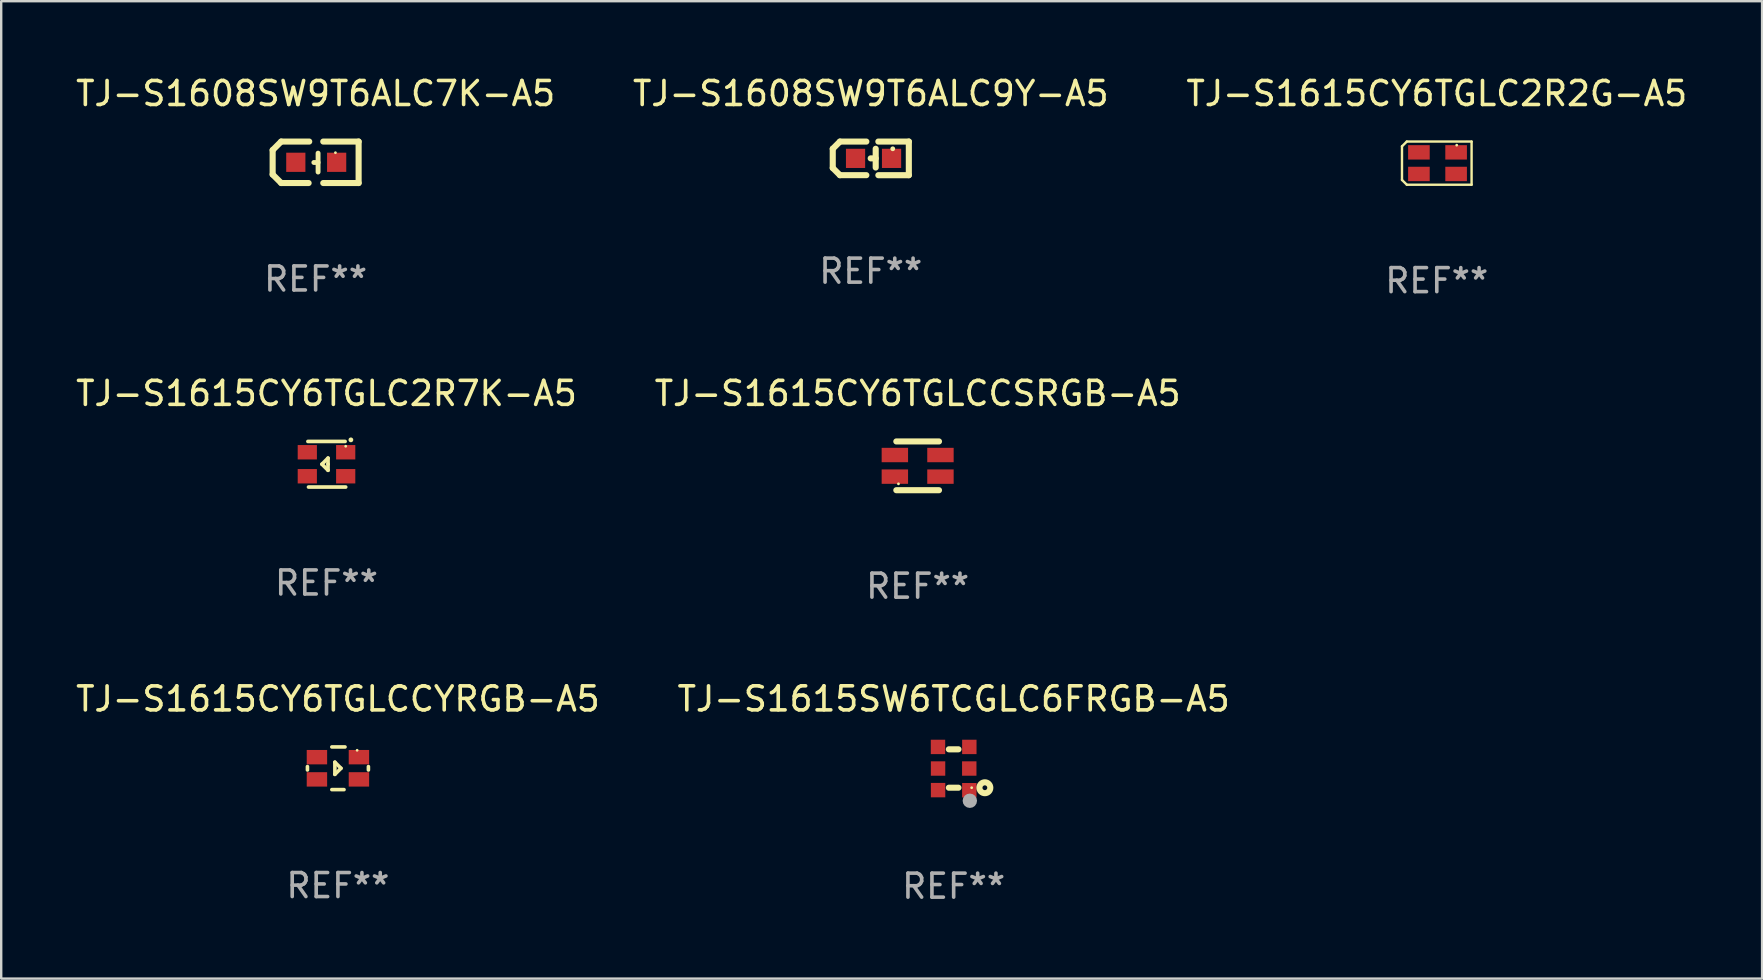
<source format=kicad_pcb>
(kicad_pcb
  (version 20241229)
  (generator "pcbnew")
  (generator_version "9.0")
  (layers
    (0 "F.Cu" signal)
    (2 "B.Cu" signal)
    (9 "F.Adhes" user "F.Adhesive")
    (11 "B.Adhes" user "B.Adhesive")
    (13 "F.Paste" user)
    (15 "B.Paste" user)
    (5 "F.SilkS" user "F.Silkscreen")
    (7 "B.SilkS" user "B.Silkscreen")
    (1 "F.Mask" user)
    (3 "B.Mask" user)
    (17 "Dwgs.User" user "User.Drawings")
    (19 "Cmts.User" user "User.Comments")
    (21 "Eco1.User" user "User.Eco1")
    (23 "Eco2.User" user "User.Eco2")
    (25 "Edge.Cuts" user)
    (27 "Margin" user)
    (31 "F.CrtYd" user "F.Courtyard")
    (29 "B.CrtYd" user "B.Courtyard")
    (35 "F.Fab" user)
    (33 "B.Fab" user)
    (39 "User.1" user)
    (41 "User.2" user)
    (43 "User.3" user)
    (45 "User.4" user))
  (footprint "TJ-S1615CY6TGLC2R7K-A5"
    (layer "F.Cu")
    (at 10.554 16.293)
    (property "Reference" "TJ-S1615CY6TGLC2R7K-A5" (at 0 -2.95 0) (layer "F.SilkS") (effects (font (size 1 1) (thickness 0.15))))
    (attr through_hole)
    (fp_line (start -0.775 -0.95) (end 0.775 -0.95) (stroke (width 0.152) (type solid)) (layer "F.SilkS"))
    (fp_line (start -0.75 0.95) (end 0.8 0.95) (stroke (width 0.152) (type solid)) (layer "F.SilkS"))
    (fp_line (start -0.19 -0.002) (end 0.064 0.252) (stroke (width 0.152) (type solid)) (layer "F.SilkS"))
    (fp_line (start 0.064 -0.256) (end -0.19 -0.002) (stroke (width 0.152) (type solid)) (layer "F.SilkS"))
    (fp_line (start 0.064 -0.256) (end 0.064 -0.002) (stroke (width 0.152) (type solid)) (layer "F.SilkS"))
    (fp_line (start 0.064 -0.002) (end 0.064 0.252) (stroke (width 0.152) (type solid)) (layer "F.SilkS"))
    (fp_circle (center 0.8 -0.75) (end 0.83 -0.75) (stroke (width 0.06) (type solid)) (fill no) (layer "F.SilkS"))
    (fp_circle (center 1.016 -1.016) (end 1.066 -1.016) (stroke (width 0.1) (type solid)) (fill no) (layer "F.SilkS"))
    (fp_text user "REF**" (at 0 4.95 0) (layer "F.Fab") (effects (font (size 1 1) (thickness 0.15))))
    (pad "1" smd rect (at 0.8 -0.5) (size 0.8 0.6) (layers "F.Cu" "F.Mask" "F.Paste"))
    (pad "2" smd rect (at -0.8 -0.5) (size 0.8 0.6) (layers "F.Cu" "F.Mask" "F.Paste"))
    (pad "3" smd rect (at 0.8 0.5) (size 0.8 0.6) (layers "F.Cu" "F.Mask" "F.Paste"))
    (pad "4" smd rect (at -0.8 0.5) (size 0.8 0.6) (layers "F.Cu" "F.Mask" "F.Paste")))
  (footprint "TJ-S1615CY6TGLCCSRGB-A5"
    (layer "F.Cu")
    (at 35.185 16.359)
    (property "Reference" "TJ-S1615CY6TGLCCSRGB-A5" (at 0 -3.016 0) (layer "F.SilkS") (effects (font (size 1 1) (thickness 0.15))))
    (attr through_hole)
    (fp_line (start -0.889 -1.016) (end 0.889 -1.016) (stroke (width 0.254) (type solid)) (layer "F.SilkS"))
    (fp_line (start -0.889 1.016) (end 0.889 1.016) (stroke (width 0.254) (type solid)) (layer "F.SilkS"))
    (fp_circle (center -0.8 0.75) (end -0.77 0.75) (stroke (width 0.06) (type solid)) (fill no) (layer "F.SilkS"))
    (fp_text user "REF**" (at 0 5.016 0) (layer "F.Fab") (effects (font (size 1 1) (thickness 0.15))))
    (pad "1" smd rect (at -0.95 0.45 270) (size 0.6 1.1) (layers "F.Cu" "F.Mask" "F.Paste"))
    (pad "2" smd rect (at 0.95 0.45 270) (size 0.6 1.1) (layers "F.Cu" "F.Mask" "F.Paste"))
    (pad "3" smd rect (at 0.95 -0.45 270) (size 0.6 1.1) (layers "F.Cu" "F.Mask" "F.Paste"))
    (pad "4" smd rect (at -0.95 -0.45 270) (size 0.6 1.1) (layers "F.Cu" "F.Mask" "F.Paste")))
  (footprint "TJ-S1608SW9T6ALC9Y-A5"
    (layer "F.Cu")
    (at 33.232 3.549)
    (property "Reference" "TJ-S1608SW9T6ALC9Y-A5" (at 0 -2.701 0) (layer "F.SilkS") (effects (font (size 1 1) (thickness 0.15))))
    (attr through_hole)
    (fp_line (start -1.585 -0.4) (end -1.585 0.4) (stroke (width 0.254) (type solid)) (layer "F.SilkS"))
    (fp_line (start -1.585 0.4) (end -1.285 0.7) (stroke (width 0.254) (type solid)) (layer "F.SilkS"))
    (fp_line (start -1.285 -0.7) (end -1.585 -0.4) (stroke (width 0.254) (type solid)) (layer "F.SilkS"))
    (fp_line (start -1.285 0.7) (end -0.185 0.7) (stroke (width 0.254) (type solid)) (layer "F.SilkS"))
    (fp_line (start -0.185 -0.7) (end -1.285 -0.7) (stroke (width 0.254) (type solid)) (layer "F.SilkS"))
    (fp_line (start 0.205 -0.4) (end 0.205 0.38) (stroke (width 0.254) (type solid)) (layer "F.SilkS"))
    (fp_line (start 0.205 -0.002) (end -0.004 -0.000127) (stroke (width 0.254) (type solid)) (layer "F.SilkS"))
    (fp_line (start 0.315 -0.701) (end 1.585 -0.701) (stroke (width 0.254) (type solid)) (layer "F.SilkS"))
    (fp_line (start 1.585 -0.701) (end 1.585 0.701) (stroke (width 0.254) (type solid)) (layer "F.SilkS"))
    (fp_line (start 1.585 0.701) (end 0.315 0.701) (stroke (width 0.254) (type solid)) (layer "F.SilkS"))
    (fp_circle (center 0.915 -0.4) (end 0.965 -0.4) (stroke (width 0.1) (type solid)) (fill no) (layer "F.SilkS"))
    (fp_text user "REF**" (at 0 4.701 0) (layer "F.Fab") (effects (font (size 1 1) (thickness 0.15))))
    (pad "1" smd rect (at 0.865 0.000025) (size 0.8 0.8) (layers "F.Cu" "F.Mask" "F.Paste"))
    (pad "2" smd rect (at -0.635 0.000025) (size 0.8 0.8) (layers "F.Cu" "F.Mask" "F.Paste")))
  (footprint "TJ-S1608SW9T6ALC7K-A5"
    (layer "F.Cu")
    (at 10.101 3.712)
    (property "Reference" "TJ-S1608SW9T6ALC7K-A5" (at 0 -2.864 0) (layer "F.SilkS") (effects (font (size 1 1) (thickness 0.15))))
    (attr through_hole)
    (fp_line (start -1.791 -0.508) (end -1.435 -0.864) (stroke (width 0.254) (type solid)) (layer "F.SilkS"))
    (fp_line (start -1.791 0.508) (end -1.791 -0.508) (stroke (width 0.254) (type solid)) (layer "F.SilkS"))
    (fp_line (start -1.435 0.864) (end -1.791 0.508) (stroke (width 0.254) (type solid)) (layer "F.SilkS"))
    (fp_line (start -0.292 0.864) (end -1.435 0.864) (stroke (width 0.254) (type solid)) (layer "F.SilkS"))
    (fp_line (start -0.267 -0.864) (end -1.435 -0.864) (stroke (width 0.254) (type solid)) (layer "F.SilkS"))
    (fp_line (start 0.102 0.008) (end -0.074 0.008) (stroke (width 0.203) (type solid)) (layer "F.SilkS"))
    (fp_line (start 0.102 0.406) (end 0.102 -0.381) (stroke (width 0.203) (type solid)) (layer "F.SilkS"))
    (fp_line (start 1.791 -0.864) (end 0.318 -0.864) (stroke (width 0.254) (type solid)) (layer "F.SilkS"))
    (fp_line (start 1.791 0.864) (end 0.318 0.864) (stroke (width 0.254) (type solid)) (layer "F.SilkS"))
    (fp_line (start 1.791 0.864) (end 1.791 -0.864) (stroke (width 0.254) (type solid)) (layer "F.SilkS"))
    (fp_circle (center 0.825 -0.4) (end 0.855 -0.4) (stroke (width 0.06) (type solid)) (fill no) (layer "F.SilkS"))
    (fp_text user "REF**" (at 0 4.864 0) (layer "F.Fab") (effects (font (size 1 1) (thickness 0.15))))
    (pad "1" smd rect (at 0.876 0 90) (size 0.8 0.8) (layers "F.Cu" "F.Mask" "F.Paste"))
    (pad "2" smd rect (at -0.826 0 90) (size 0.8 0.8) (layers "F.Cu" "F.Mask" "F.Paste")))
  (footprint "TJ-S1615CY6TGLCCYRGB-A5"
    (layer "F.Cu")
    (at 11.03 28.961)
    (property "Reference" "TJ-S1615CY6TGLCCYRGB-A5" (at 0 -2.889 0) (layer "F.SilkS") (effects (font (size 1 1) (thickness 0.15))))
    (attr through_hole)
    (fp_line (start -1.27 -0.071) (end -1.27 0.071) (stroke (width 0.15) (type solid)) (layer "F.SilkS"))
    (fp_line (start -0.254 -0.889) (end 0.295 -0.889) (stroke (width 0.15) (type solid)) (layer "F.SilkS"))
    (fp_line (start -0.254 0.889) (end 0.254 0.889) (stroke (width 0.15) (type solid)) (layer "F.SilkS"))
    (fp_line (start -0.127 -0.254) (end -0.127 0.254) (stroke (width 0.15) (type solid)) (layer "F.SilkS"))
    (fp_line (start -0.127 -0.254) (end 0.127 0) (stroke (width 0.15) (type solid)) (layer "F.SilkS"))
    (fp_line (start -0.127 0.254) (end 0.127 0) (stroke (width 0.15) (type solid)) (layer "F.SilkS"))
    (fp_line (start 1.27 -0.071) (end 1.27 0.071) (stroke (width 0.15) (type solid)) (layer "F.SilkS"))
    (fp_circle (center 0.8 -0.75) (end 0.83 -0.75) (stroke (width 0.06) (type solid)) (fill no) (layer "F.SilkS"))
    (fp_text user "REF**" (at 0 4.889 0) (layer "F.Fab") (effects (font (size 1 1) (thickness 0.15))))
    (pad "1" smd rect (at 0.875 -0.463) (size 0.85 0.6) (layers "F.Cu" "F.Mask" "F.Paste"))
    (pad "2" smd rect (at -0.875 -0.463) (size 0.85 0.6) (layers "F.Cu" "F.Mask" "F.Paste"))
    (pad "3" smd rect (at -0.875 0.463) (size 0.85 0.6) (layers "F.Cu" "F.Mask" "F.Paste"))
    (pad "4" smd rect (at 0.875 0.463) (size 0.85 0.6) (layers "F.Cu" "F.Mask" "F.Paste")))
  (footprint "TJ-S1615CY6TGLC2R2G-A5"
    (layer "F.Cu")
    (at 56.815 3.747)
    (property "Reference" "TJ-S1615CY6TGLC2R2G-A5" (at 0 -2.899 0) (layer "F.SilkS") (effects (font (size 1 1) (thickness 0.15))))
    (attr through_hole)
    (fp_line (start -1.45 -0.701) (end -1.25 -0.899) (stroke (width 0.1) (type solid)) (layer "F.SilkS"))
    (fp_line (start -1.45 0.701) (end -1.45 -0.701) (stroke (width 0.1) (type solid)) (layer "F.SilkS"))
    (fp_line (start -1.25 -0.899) (end 1.45 -0.899) (stroke (width 0.1) (type solid)) (layer "F.SilkS"))
    (fp_line (start -1.25 0.899) (end -1.45 0.701) (stroke (width 0.1) (type solid)) (layer "F.SilkS"))
    (fp_line (start 1.45 -0.899) (end 1.45 0.899) (stroke (width 0.1) (type solid)) (layer "F.SilkS"))
    (fp_line (start 1.45 0.899) (end -1.25 0.899) (stroke (width 0.1) (type solid)) (layer "F.SilkS"))
    (fp_circle (center 0.83 -0.749) (end 0.86 -0.749) (stroke (width 0.06) (type solid)) (fill no) (layer "F.SilkS"))
    (fp_text user "REF**" (at 0 4.899 0) (layer "F.Fab") (effects (font (size 1 1) (thickness 0.15))))
    (pad "1" smd rect (at 0.805 -0.449) (size 0.9 0.6) (layers "F.Cu" "F.Mask" "F.Paste"))
    (pad "2" smd rect (at -0.745 -0.449) (size 0.9 0.6) (layers "F.Cu" "F.Mask" "F.Paste"))
    (pad "3" smd rect (at 0.805 0.451) (size 0.9 0.6) (layers "F.Cu" "F.Mask" "F.Paste"))
    (pad "4" smd rect (at -0.745 0.451) (size 0.9 0.6) (layers "F.Cu" "F.Mask" "F.Paste")))
  (footprint "TJ-S1615SW6TCGLC6FRGB-A5"
    (layer "F.Cu")
    (at 36.685 28.973)
    (property "Reference" "TJ-S1615SW6TCGLC6FRGB-A5" (at 0 -2.902 0) (layer "F.SilkS") (effects (font (size 1 1) (thickness 0.15))))
    (attr through_hole)
    (fp_line (start 0.2 -0.802) (end -0.2 -0.802) (stroke (width 0.254) (type solid)) (layer "F.SilkS"))
    (fp_line (start 0.2 0.798) (end -0.2 0.798) (stroke (width 0.254) (type solid)) (layer "F.SilkS"))
    (fp_circle (center 0.75 0.798) (end 0.78 0.798) (stroke (width 0.06) (type solid)) (fill no) (layer "F.SilkS"))
    (fp_circle (center 1.3 0.799) (end 1.4 0.799) (stroke (width 0.254) (type solid)) (fill no) (layer "F.SilkS"))
    (fp_circle (center 0.674 1.341) (end 0.824 1.341) (stroke (width 0.3) (type solid)) (fill no) (layer "F.Fab"))
    (fp_text user "REF**" (at 0 4.902 0) (layer "F.Fab") (effects (font (size 1 1) (thickness 0.15))))
    (pad "1" smd rect (at 0.652 0.902 270) (size 0.6 0.6) (layers "F.Cu" "F.Mask" "F.Paste"))
    (pad "2" smd rect (at 0.65 -0.002 180) (size 0.6 0.6) (layers "F.Cu" "F.Mask" "F.Paste"))
    (pad "3" smd rect (at 0.653 -0.902 180) (size 0.6 0.6) (layers "F.Cu" "F.Mask" "F.Paste"))
    (pad "4" smd rect (at -0.653 -0.902 180) (size 0.6 0.6) (layers "F.Cu" "F.Mask" "F.Paste"))
    (pad "5" smd rect (at -0.65 -0.002 180) (size 0.6 0.6) (layers "F.Cu" "F.Mask" "F.Paste"))
    (pad "6" smd rect (at -0.649 0.898 180) (size 0.6 0.6) (layers "F.Cu" "F.Mask" "F.Paste")))
  (gr_rect
    (start -3 -3)
    (end 70.369 37.723)
    (stroke (width 0.1) (type default))
    (fill no)
    (layer "Edge.Cuts")))
</source>
